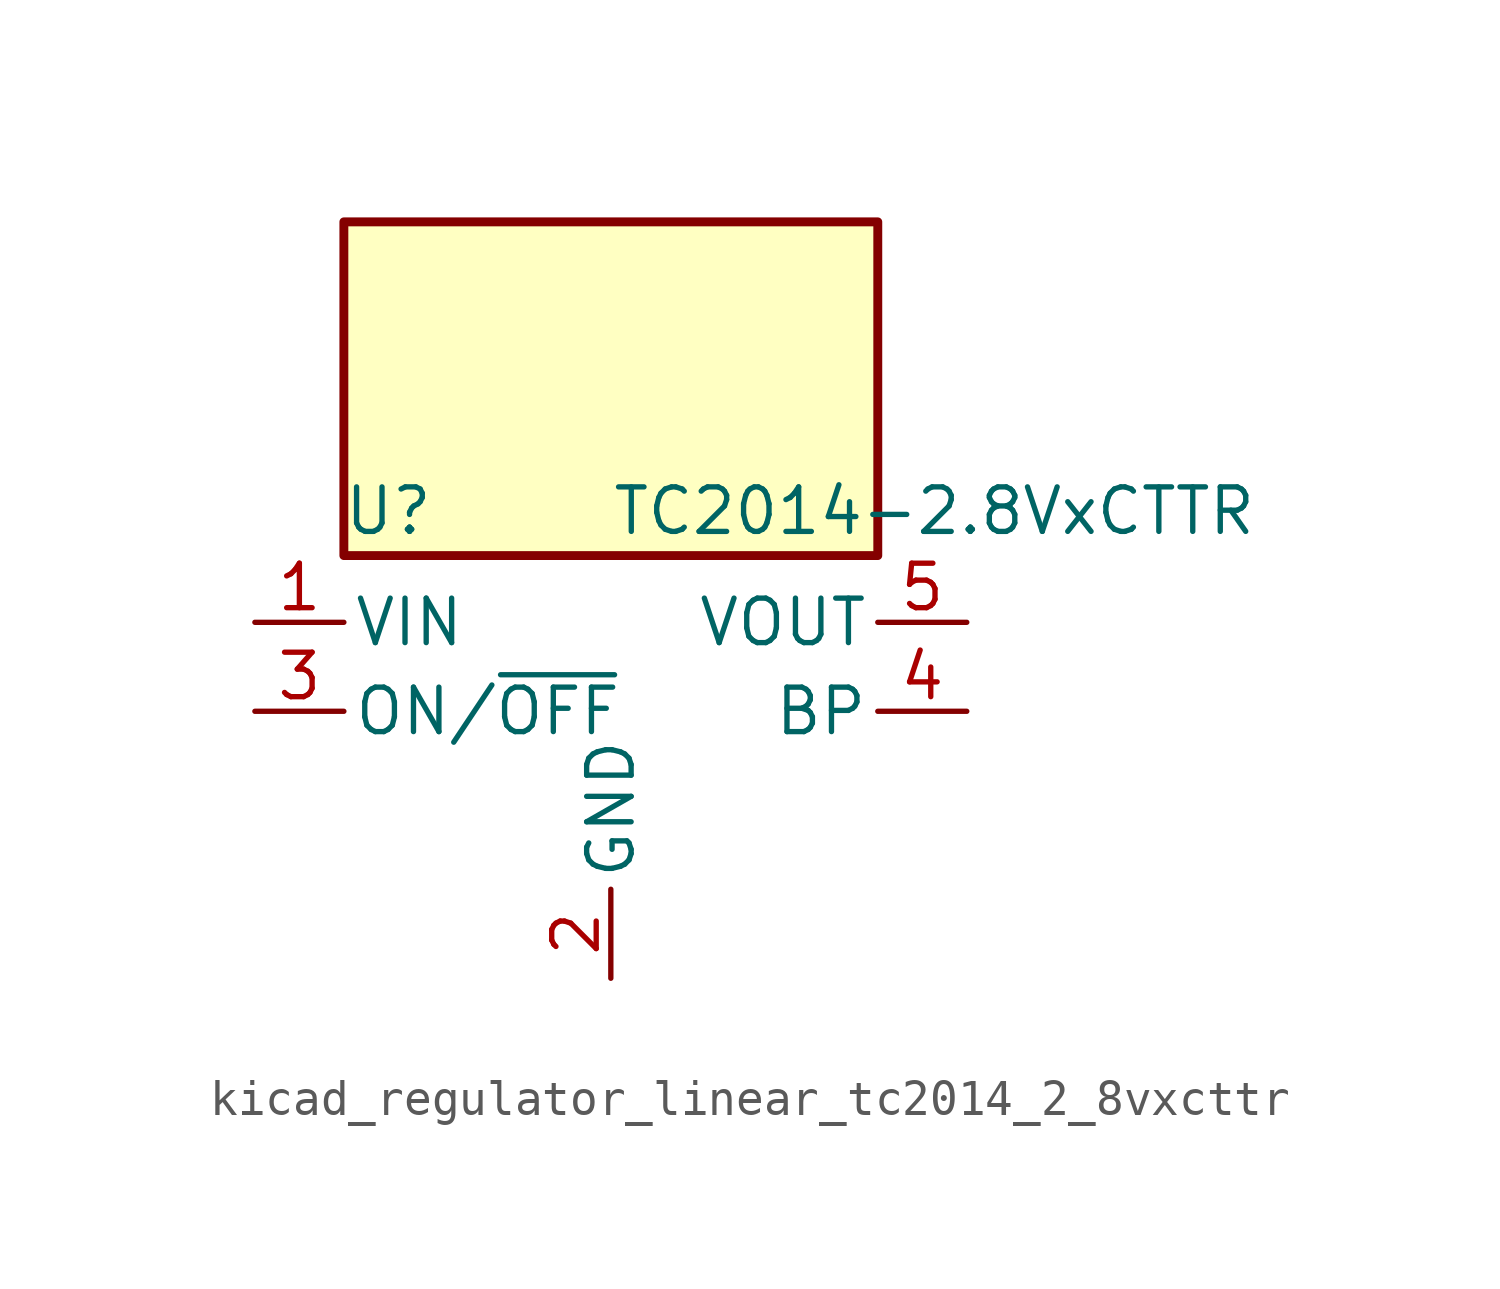
<source format=kicad_sym>
(kicad_symbol_lib
  (version 20220914)
  (generator kicad_symbol_editor)
  (symbol "kicad_regulator_linear_tc2014_2_8vxcttr"
    (pin_names
      (offset 0.254))
    (property "Reference" "U"
      (at -6.35 5.715 0)
      (effects (font (size 1.27 1.27))))
    (property "Value" "TC2014-2.8VxCTTR"
      (at 0 5.715 0)
      (effects (font (size 1.27 1.27)) (justify left)))
    (symbol "kicad_regulator_linear_tc2014_2_8vxcttr_0_1"
      (rectangle (start 7.62 13.97) (end -7.62 4.445) (stroke (width 0.254) (type default)) (fill (type background))))
    (symbol "kicad_regulator_linear_tc2014_2_8vxcttr_1_1"
      (pin power_in line (at -10.16 2.54 0) (length 2.54) (name "VIN" (effects (font (size 1.27 1.27)))) (number "1" (effects (font (size 1.27 1.27)))))
      (pin power_in line (at 0 -7.62 90) (length 2.54) (name "GND" (effects (font (size 1.27 1.27)))) (number "2" (effects (font (size 1.27 1.27)))))
      (pin input line (at -10.16 0 0) (length 2.54) (name "ON/~{OFF}" (effects (font (size 1.27 1.27)))) (number "3" (effects (font (size 1.27 1.27)))))
      (pin input line (at 10.16 0 180) (length 2.54) (name "BP" (effects (font (size 1.27 1.27)))) (number "4" (effects (font (size 1.27 1.27)))))
      (pin power_out line (at 10.16 2.54 180) (length 2.54) (name "VOUT" (effects (font (size 1.27 1.27)))) (number "5" (effects (font (size 1.27 1.27))))))))
</source>
